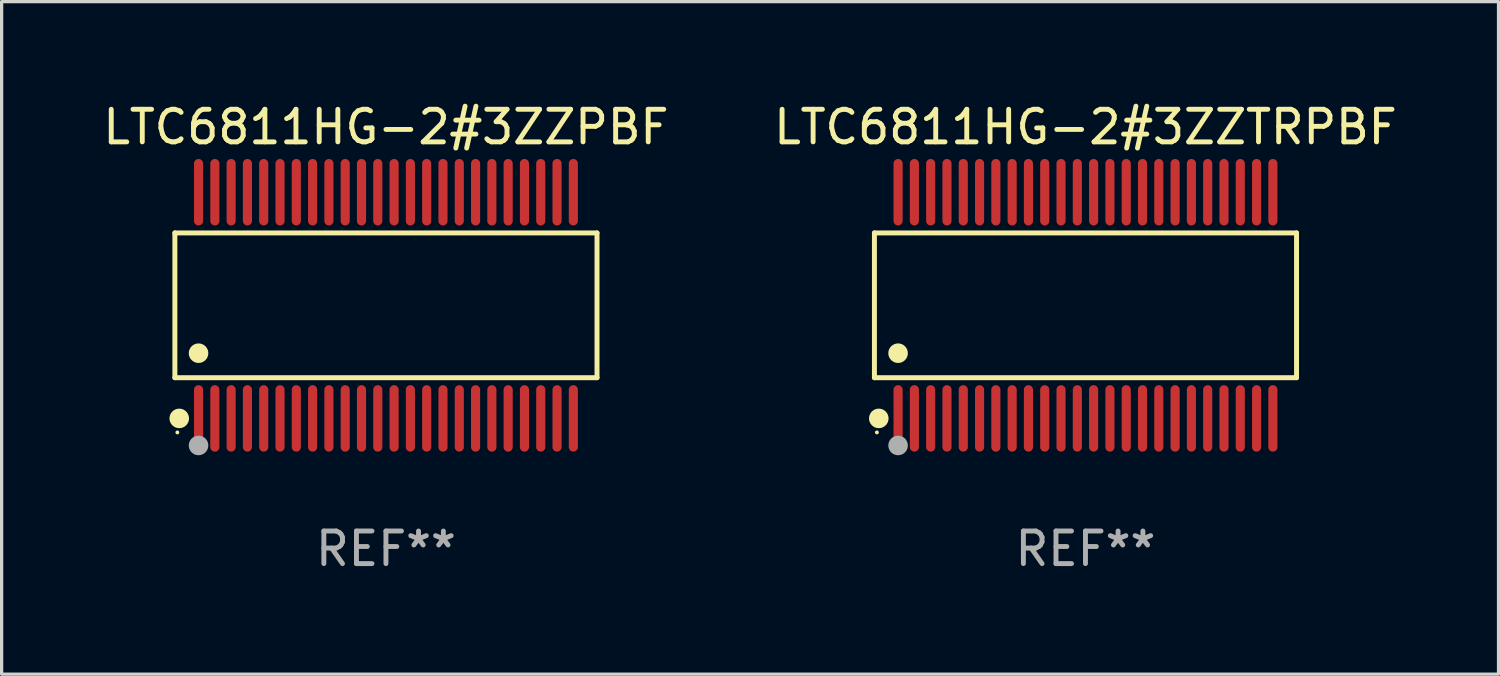
<source format=kicad_pcb>
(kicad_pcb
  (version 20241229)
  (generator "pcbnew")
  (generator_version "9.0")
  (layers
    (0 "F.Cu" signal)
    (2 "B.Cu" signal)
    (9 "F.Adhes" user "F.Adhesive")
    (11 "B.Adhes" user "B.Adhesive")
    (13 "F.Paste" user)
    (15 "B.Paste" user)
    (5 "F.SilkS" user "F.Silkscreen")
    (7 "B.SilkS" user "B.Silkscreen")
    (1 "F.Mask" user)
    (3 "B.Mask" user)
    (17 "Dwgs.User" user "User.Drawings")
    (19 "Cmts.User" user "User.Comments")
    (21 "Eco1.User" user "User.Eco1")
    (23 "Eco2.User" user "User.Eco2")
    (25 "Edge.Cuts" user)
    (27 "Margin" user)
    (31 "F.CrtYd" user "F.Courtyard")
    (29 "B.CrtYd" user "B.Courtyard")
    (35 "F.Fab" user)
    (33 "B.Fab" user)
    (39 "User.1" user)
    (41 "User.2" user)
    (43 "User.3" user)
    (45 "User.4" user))
  (footprint "LTC6811HG-2#3ZZPBF"
    (layer "F.Cu")
    (at 8.792 6.318)
    (property "Reference" "LTC6811HG-2#3ZZPBF" (at 0 -5.47 0) (layer "F.SilkS") (effects (font (size 1 1) (thickness 0.15))))
    (attr through_hole)
    (fp_line (start -6.476 -2.221) (end 6.476 -2.221) (stroke (width 0.152) (type solid)) (layer "F.SilkS"))
    (fp_line (start -6.476 2.221) (end -6.476 -2.221) (stroke (width 0.152) (type solid)) (layer "F.SilkS"))
    (fp_line (start 6.476 -2.221) (end 6.476 2.221) (stroke (width 0.152) (type solid)) (layer "F.SilkS"))
    (fp_line (start 6.476 2.221) (end -6.476 2.221) (stroke (width 0.152) (type solid)) (layer "F.SilkS"))
    (fp_circle (center -6.4 3.9) (end -6.37 3.9) (stroke (width 0.06) (type solid)) (fill no) (layer "F.SilkS"))
    (fp_circle (center -6.342 3.47) (end -6.192 3.47) (stroke (width 0.3) (type solid)) (fill no) (layer "F.SilkS"))
    (fp_circle (center -5.75 1.469) (end -5.6 1.469) (stroke (width 0.3) (type solid)) (fill no) (layer "F.SilkS"))
    (fp_circle (center -5.75 4.3) (end -5.6 4.3) (stroke (width 0.3) (type solid)) (fill no) (layer "F.Fab"))
    (fp_text user "REF**" (at 0 7.47 0) (layer "F.Fab") (effects (font (size 1 1) (thickness 0.15))))
    (pad "1" smd oval (at -5.75 3.47) (size 0.28 2.04) (layers "F.Cu" "F.Mask" "F.Paste"))
    (pad "2" smd oval (at -5.25 3.47) (size 0.28 2.04) (layers "F.Cu" "F.Mask" "F.Paste"))
    (pad "3" smd oval (at -4.75 3.47) (size 0.28 2.04) (layers "F.Cu" "F.Mask" "F.Paste"))
    (pad "4" smd oval (at -4.25 3.47) (size 0.28 2.04) (layers "F.Cu" "F.Mask" "F.Paste"))
    (pad "5" smd oval (at -3.75 3.47) (size 0.28 2.04) (layers "F.Cu" "F.Mask" "F.Paste"))
    (pad "6" smd oval (at -3.25 3.47) (size 0.28 2.04) (layers "F.Cu" "F.Mask" "F.Paste"))
    (pad "7" smd oval (at -2.75 3.47) (size 0.28 2.04) (layers "F.Cu" "F.Mask" "F.Paste"))
    (pad "8" smd oval (at -2.25 3.47) (size 0.28 2.04) (layers "F.Cu" "F.Mask" "F.Paste"))
    (pad "9" smd oval (at -1.75 3.47) (size 0.28 2.04) (layers "F.Cu" "F.Mask" "F.Paste"))
    (pad "10" smd oval (at -1.25 3.47) (size 0.28 2.04) (layers "F.Cu" "F.Mask" "F.Paste"))
    (pad "11" smd oval (at -0.75 3.47) (size 0.28 2.04) (layers "F.Cu" "F.Mask" "F.Paste"))
    (pad "12" smd oval (at -0.25 3.47) (size 0.28 2.04) (layers "F.Cu" "F.Mask" "F.Paste"))
    (pad "13" smd oval (at 0.25 3.47) (size 0.28 2.04) (layers "F.Cu" "F.Mask" "F.Paste"))
    (pad "14" smd oval (at 0.75 3.47) (size 0.28 2.04) (layers "F.Cu" "F.Mask" "F.Paste"))
    (pad "15" smd oval (at 1.25 3.47) (size 0.28 2.04) (layers "F.Cu" "F.Mask" "F.Paste"))
    (pad "16" smd oval (at 1.75 3.47) (size 0.28 2.04) (layers "F.Cu" "F.Mask" "F.Paste"))
    (pad "17" smd oval (at 2.25 3.47) (size 0.28 2.04) (layers "F.Cu" "F.Mask" "F.Paste"))
    (pad "18" smd oval (at 2.75 3.47) (size 0.28 2.04) (layers "F.Cu" "F.Mask" "F.Paste"))
    (pad "19" smd oval (at 3.25 3.47) (size 0.28 2.04) (layers "F.Cu" "F.Mask" "F.Paste"))
    (pad "20" smd oval (at 3.75 3.47) (size 0.28 2.04) (layers "F.Cu" "F.Mask" "F.Paste"))
    (pad "21" smd oval (at 4.25 3.47) (size 0.28 2.04) (layers "F.Cu" "F.Mask" "F.Paste"))
    (pad "22" smd oval (at 4.75 3.47) (size 0.28 2.04) (layers "F.Cu" "F.Mask" "F.Paste"))
    (pad "23" smd oval (at 5.25 3.47) (size 0.28 2.04) (layers "F.Cu" "F.Mask" "F.Paste"))
    (pad "24" smd oval (at 5.75 3.47) (size 0.28 2.04) (layers "F.Cu" "F.Mask" "F.Paste"))
    (pad "25" smd oval (at 5.75 -3.47) (size 0.28 2.04) (layers "F.Cu" "F.Mask" "F.Paste"))
    (pad "26" smd oval (at 5.25 -3.47) (size 0.28 2.04) (layers "F.Cu" "F.Mask" "F.Paste"))
    (pad "27" smd oval (at 4.75 -3.47) (size 0.28 2.04) (layers "F.Cu" "F.Mask" "F.Paste"))
    (pad "28" smd oval (at 4.25 -3.47) (size 0.28 2.04) (layers "F.Cu" "F.Mask" "F.Paste"))
    (pad "29" smd oval (at 3.75 -3.47) (size 0.28 2.04) (layers "F.Cu" "F.Mask" "F.Paste"))
    (pad "30" smd oval (at 3.25 -3.47) (size 0.28 2.04) (layers "F.Cu" "F.Mask" "F.Paste"))
    (pad "31" smd oval (at 2.75 -3.47) (size 0.28 2.04) (layers "F.Cu" "F.Mask" "F.Paste"))
    (pad "32" smd oval (at 2.25 -3.47) (size 0.28 2.04) (layers "F.Cu" "F.Mask" "F.Paste"))
    (pad "33" smd oval (at 1.75 -3.47) (size 0.28 2.04) (layers "F.Cu" "F.Mask" "F.Paste"))
    (pad "34" smd oval (at 1.25 -3.47) (size 0.28 2.04) (layers "F.Cu" "F.Mask" "F.Paste"))
    (pad "35" smd oval (at 0.75 -3.47) (size 0.28 2.04) (layers "F.Cu" "F.Mask" "F.Paste"))
    (pad "36" smd oval (at 0.25 -3.47) (size 0.28 2.04) (layers "F.Cu" "F.Mask" "F.Paste"))
    (pad "37" smd oval (at -0.25 -3.47) (size 0.28 2.04) (layers "F.Cu" "F.Mask" "F.Paste"))
    (pad "38" smd oval (at -0.75 -3.47) (size 0.28 2.04) (layers "F.Cu" "F.Mask" "F.Paste"))
    (pad "39" smd oval (at -1.25 -3.47) (size 0.28 2.04) (layers "F.Cu" "F.Mask" "F.Paste"))
    (pad "40" smd oval (at -1.75 -3.47) (size 0.28 2.04) (layers "F.Cu" "F.Mask" "F.Paste"))
    (pad "41" smd oval (at -2.25 -3.47) (size 0.28 2.04) (layers "F.Cu" "F.Mask" "F.Paste"))
    (pad "42" smd oval (at -2.75 -3.47) (size 0.28 2.04) (layers "F.Cu" "F.Mask" "F.Paste"))
    (pad "43" smd oval (at -3.25 -3.47) (size 0.28 2.04) (layers "F.Cu" "F.Mask" "F.Paste"))
    (pad "44" smd oval (at -3.75 -3.47) (size 0.28 2.04) (layers "F.Cu" "F.Mask" "F.Paste"))
    (pad "45" smd oval (at -4.25 -3.47) (size 0.28 2.04) (layers "F.Cu" "F.Mask" "F.Paste"))
    (pad "46" smd oval (at -4.75 -3.47) (size 0.28 2.04) (layers "F.Cu" "F.Mask" "F.Paste"))
    (pad "47" smd oval (at -5.25 -3.47) (size 0.28 2.04) (layers "F.Cu" "F.Mask" "F.Paste"))
    (pad "48" smd oval (at -5.75 -3.47) (size 0.28 2.04) (layers "F.Cu" "F.Mask" "F.Paste")))
  (footprint "LTC6811HG-2#3ZZTRPBF"
    (layer "F.Cu")
    (at 30.256 6.318)
    (property "Reference" "LTC6811HG-2#3ZZTRPBF" (at 0 -5.47 0) (layer "F.SilkS") (effects (font (size 1 1) (thickness 0.15))))
    (attr through_hole)
    (fp_line (start -6.476 -2.221) (end 6.476 -2.221) (stroke (width 0.152) (type solid)) (layer "F.SilkS"))
    (fp_line (start -6.476 2.221) (end -6.476 -2.221) (stroke (width 0.152) (type solid)) (layer "F.SilkS"))
    (fp_line (start 6.476 -2.221) (end 6.476 2.221) (stroke (width 0.152) (type solid)) (layer "F.SilkS"))
    (fp_line (start 6.476 2.221) (end -6.476 2.221) (stroke (width 0.152) (type solid)) (layer "F.SilkS"))
    (fp_circle (center -6.4 3.9) (end -6.37 3.9) (stroke (width 0.06) (type solid)) (fill no) (layer "F.SilkS"))
    (fp_circle (center -6.342 3.47) (end -6.192 3.47) (stroke (width 0.3) (type solid)) (fill no) (layer "F.SilkS"))
    (fp_circle (center -5.75 1.469) (end -5.6 1.469) (stroke (width 0.3) (type solid)) (fill no) (layer "F.SilkS"))
    (fp_circle (center -5.75 4.3) (end -5.6 4.3) (stroke (width 0.3) (type solid)) (fill no) (layer "F.Fab"))
    (fp_text user "REF**" (at 0 7.47 0) (layer "F.Fab") (effects (font (size 1 1) (thickness 0.15))))
    (pad "1" smd oval (at -5.75 3.47) (size 0.28 2.04) (layers "F.Cu" "F.Mask" "F.Paste"))
    (pad "2" smd oval (at -5.25 3.47) (size 0.28 2.04) (layers "F.Cu" "F.Mask" "F.Paste"))
    (pad "3" smd oval (at -4.75 3.47) (size 0.28 2.04) (layers "F.Cu" "F.Mask" "F.Paste"))
    (pad "4" smd oval (at -4.25 3.47) (size 0.28 2.04) (layers "F.Cu" "F.Mask" "F.Paste"))
    (pad "5" smd oval (at -3.75 3.47) (size 0.28 2.04) (layers "F.Cu" "F.Mask" "F.Paste"))
    (pad "6" smd oval (at -3.25 3.47) (size 0.28 2.04) (layers "F.Cu" "F.Mask" "F.Paste"))
    (pad "7" smd oval (at -2.75 3.47) (size 0.28 2.04) (layers "F.Cu" "F.Mask" "F.Paste"))
    (pad "8" smd oval (at -2.25 3.47) (size 0.28 2.04) (layers "F.Cu" "F.Mask" "F.Paste"))
    (pad "9" smd oval (at -1.75 3.47) (size 0.28 2.04) (layers "F.Cu" "F.Mask" "F.Paste"))
    (pad "10" smd oval (at -1.25 3.47) (size 0.28 2.04) (layers "F.Cu" "F.Mask" "F.Paste"))
    (pad "11" smd oval (at -0.75 3.47) (size 0.28 2.04) (layers "F.Cu" "F.Mask" "F.Paste"))
    (pad "12" smd oval (at -0.25 3.47) (size 0.28 2.04) (layers "F.Cu" "F.Mask" "F.Paste"))
    (pad "13" smd oval (at 0.25 3.47) (size 0.28 2.04) (layers "F.Cu" "F.Mask" "F.Paste"))
    (pad "14" smd oval (at 0.75 3.47) (size 0.28 2.04) (layers "F.Cu" "F.Mask" "F.Paste"))
    (pad "15" smd oval (at 1.25 3.47) (size 0.28 2.04) (layers "F.Cu" "F.Mask" "F.Paste"))
    (pad "16" smd oval (at 1.75 3.47) (size 0.28 2.04) (layers "F.Cu" "F.Mask" "F.Paste"))
    (pad "17" smd oval (at 2.25 3.47) (size 0.28 2.04) (layers "F.Cu" "F.Mask" "F.Paste"))
    (pad "18" smd oval (at 2.75 3.47) (size 0.28 2.04) (layers "F.Cu" "F.Mask" "F.Paste"))
    (pad "19" smd oval (at 3.25 3.47) (size 0.28 2.04) (layers "F.Cu" "F.Mask" "F.Paste"))
    (pad "20" smd oval (at 3.75 3.47) (size 0.28 2.04) (layers "F.Cu" "F.Mask" "F.Paste"))
    (pad "21" smd oval (at 4.25 3.47) (size 0.28 2.04) (layers "F.Cu" "F.Mask" "F.Paste"))
    (pad "22" smd oval (at 4.75 3.47) (size 0.28 2.04) (layers "F.Cu" "F.Mask" "F.Paste"))
    (pad "23" smd oval (at 5.25 3.47) (size 0.28 2.04) (layers "F.Cu" "F.Mask" "F.Paste"))
    (pad "24" smd oval (at 5.75 3.47) (size 0.28 2.04) (layers "F.Cu" "F.Mask" "F.Paste"))
    (pad "25" smd oval (at 5.75 -3.47) (size 0.28 2.04) (layers "F.Cu" "F.Mask" "F.Paste"))
    (pad "26" smd oval (at 5.25 -3.47) (size 0.28 2.04) (layers "F.Cu" "F.Mask" "F.Paste"))
    (pad "27" smd oval (at 4.75 -3.47) (size 0.28 2.04) (layers "F.Cu" "F.Mask" "F.Paste"))
    (pad "28" smd oval (at 4.25 -3.47) (size 0.28 2.04) (layers "F.Cu" "F.Mask" "F.Paste"))
    (pad "29" smd oval (at 3.75 -3.47) (size 0.28 2.04) (layers "F.Cu" "F.Mask" "F.Paste"))
    (pad "30" smd oval (at 3.25 -3.47) (size 0.28 2.04) (layers "F.Cu" "F.Mask" "F.Paste"))
    (pad "31" smd oval (at 2.75 -3.47) (size 0.28 2.04) (layers "F.Cu" "F.Mask" "F.Paste"))
    (pad "32" smd oval (at 2.25 -3.47) (size 0.28 2.04) (layers "F.Cu" "F.Mask" "F.Paste"))
    (pad "33" smd oval (at 1.75 -3.47) (size 0.28 2.04) (layers "F.Cu" "F.Mask" "F.Paste"))
    (pad "34" smd oval (at 1.25 -3.47) (size 0.28 2.04) (layers "F.Cu" "F.Mask" "F.Paste"))
    (pad "35" smd oval (at 0.75 -3.47) (size 0.28 2.04) (layers "F.Cu" "F.Mask" "F.Paste"))
    (pad "36" smd oval (at 0.25 -3.47) (size 0.28 2.04) (layers "F.Cu" "F.Mask" "F.Paste"))
    (pad "37" smd oval (at -0.25 -3.47) (size 0.28 2.04) (layers "F.Cu" "F.Mask" "F.Paste"))
    (pad "38" smd oval (at -0.75 -3.47) (size 0.28 2.04) (layers "F.Cu" "F.Mask" "F.Paste"))
    (pad "39" smd oval (at -1.25 -3.47) (size 0.28 2.04) (layers "F.Cu" "F.Mask" "F.Paste"))
    (pad "40" smd oval (at -1.75 -3.47) (size 0.28 2.04) (layers "F.Cu" "F.Mask" "F.Paste"))
    (pad "41" smd oval (at -2.25 -3.47) (size 0.28 2.04) (layers "F.Cu" "F.Mask" "F.Paste"))
    (pad "42" smd oval (at -2.75 -3.47) (size 0.28 2.04) (layers "F.Cu" "F.Mask" "F.Paste"))
    (pad "43" smd oval (at -3.25 -3.47) (size 0.28 2.04) (layers "F.Cu" "F.Mask" "F.Paste"))
    (pad "44" smd oval (at -3.75 -3.47) (size 0.28 2.04) (layers "F.Cu" "F.Mask" "F.Paste"))
    (pad "45" smd oval (at -4.25 -3.47) (size 0.28 2.04) (layers "F.Cu" "F.Mask" "F.Paste"))
    (pad "46" smd oval (at -4.75 -3.47) (size 0.28 2.04) (layers "F.Cu" "F.Mask" "F.Paste"))
    (pad "47" smd oval (at -5.25 -3.47) (size 0.28 2.04) (layers "F.Cu" "F.Mask" "F.Paste"))
    (pad "48" smd oval (at -5.75 -3.47) (size 0.28 2.04) (layers "F.Cu" "F.Mask" "F.Paste")))
  (gr_rect
    (start -3 -3)
    (end 42.929 17.636)
    (stroke (width 0.1) (type default))
    (fill no)
    (layer "Edge.Cuts")))
</source>
